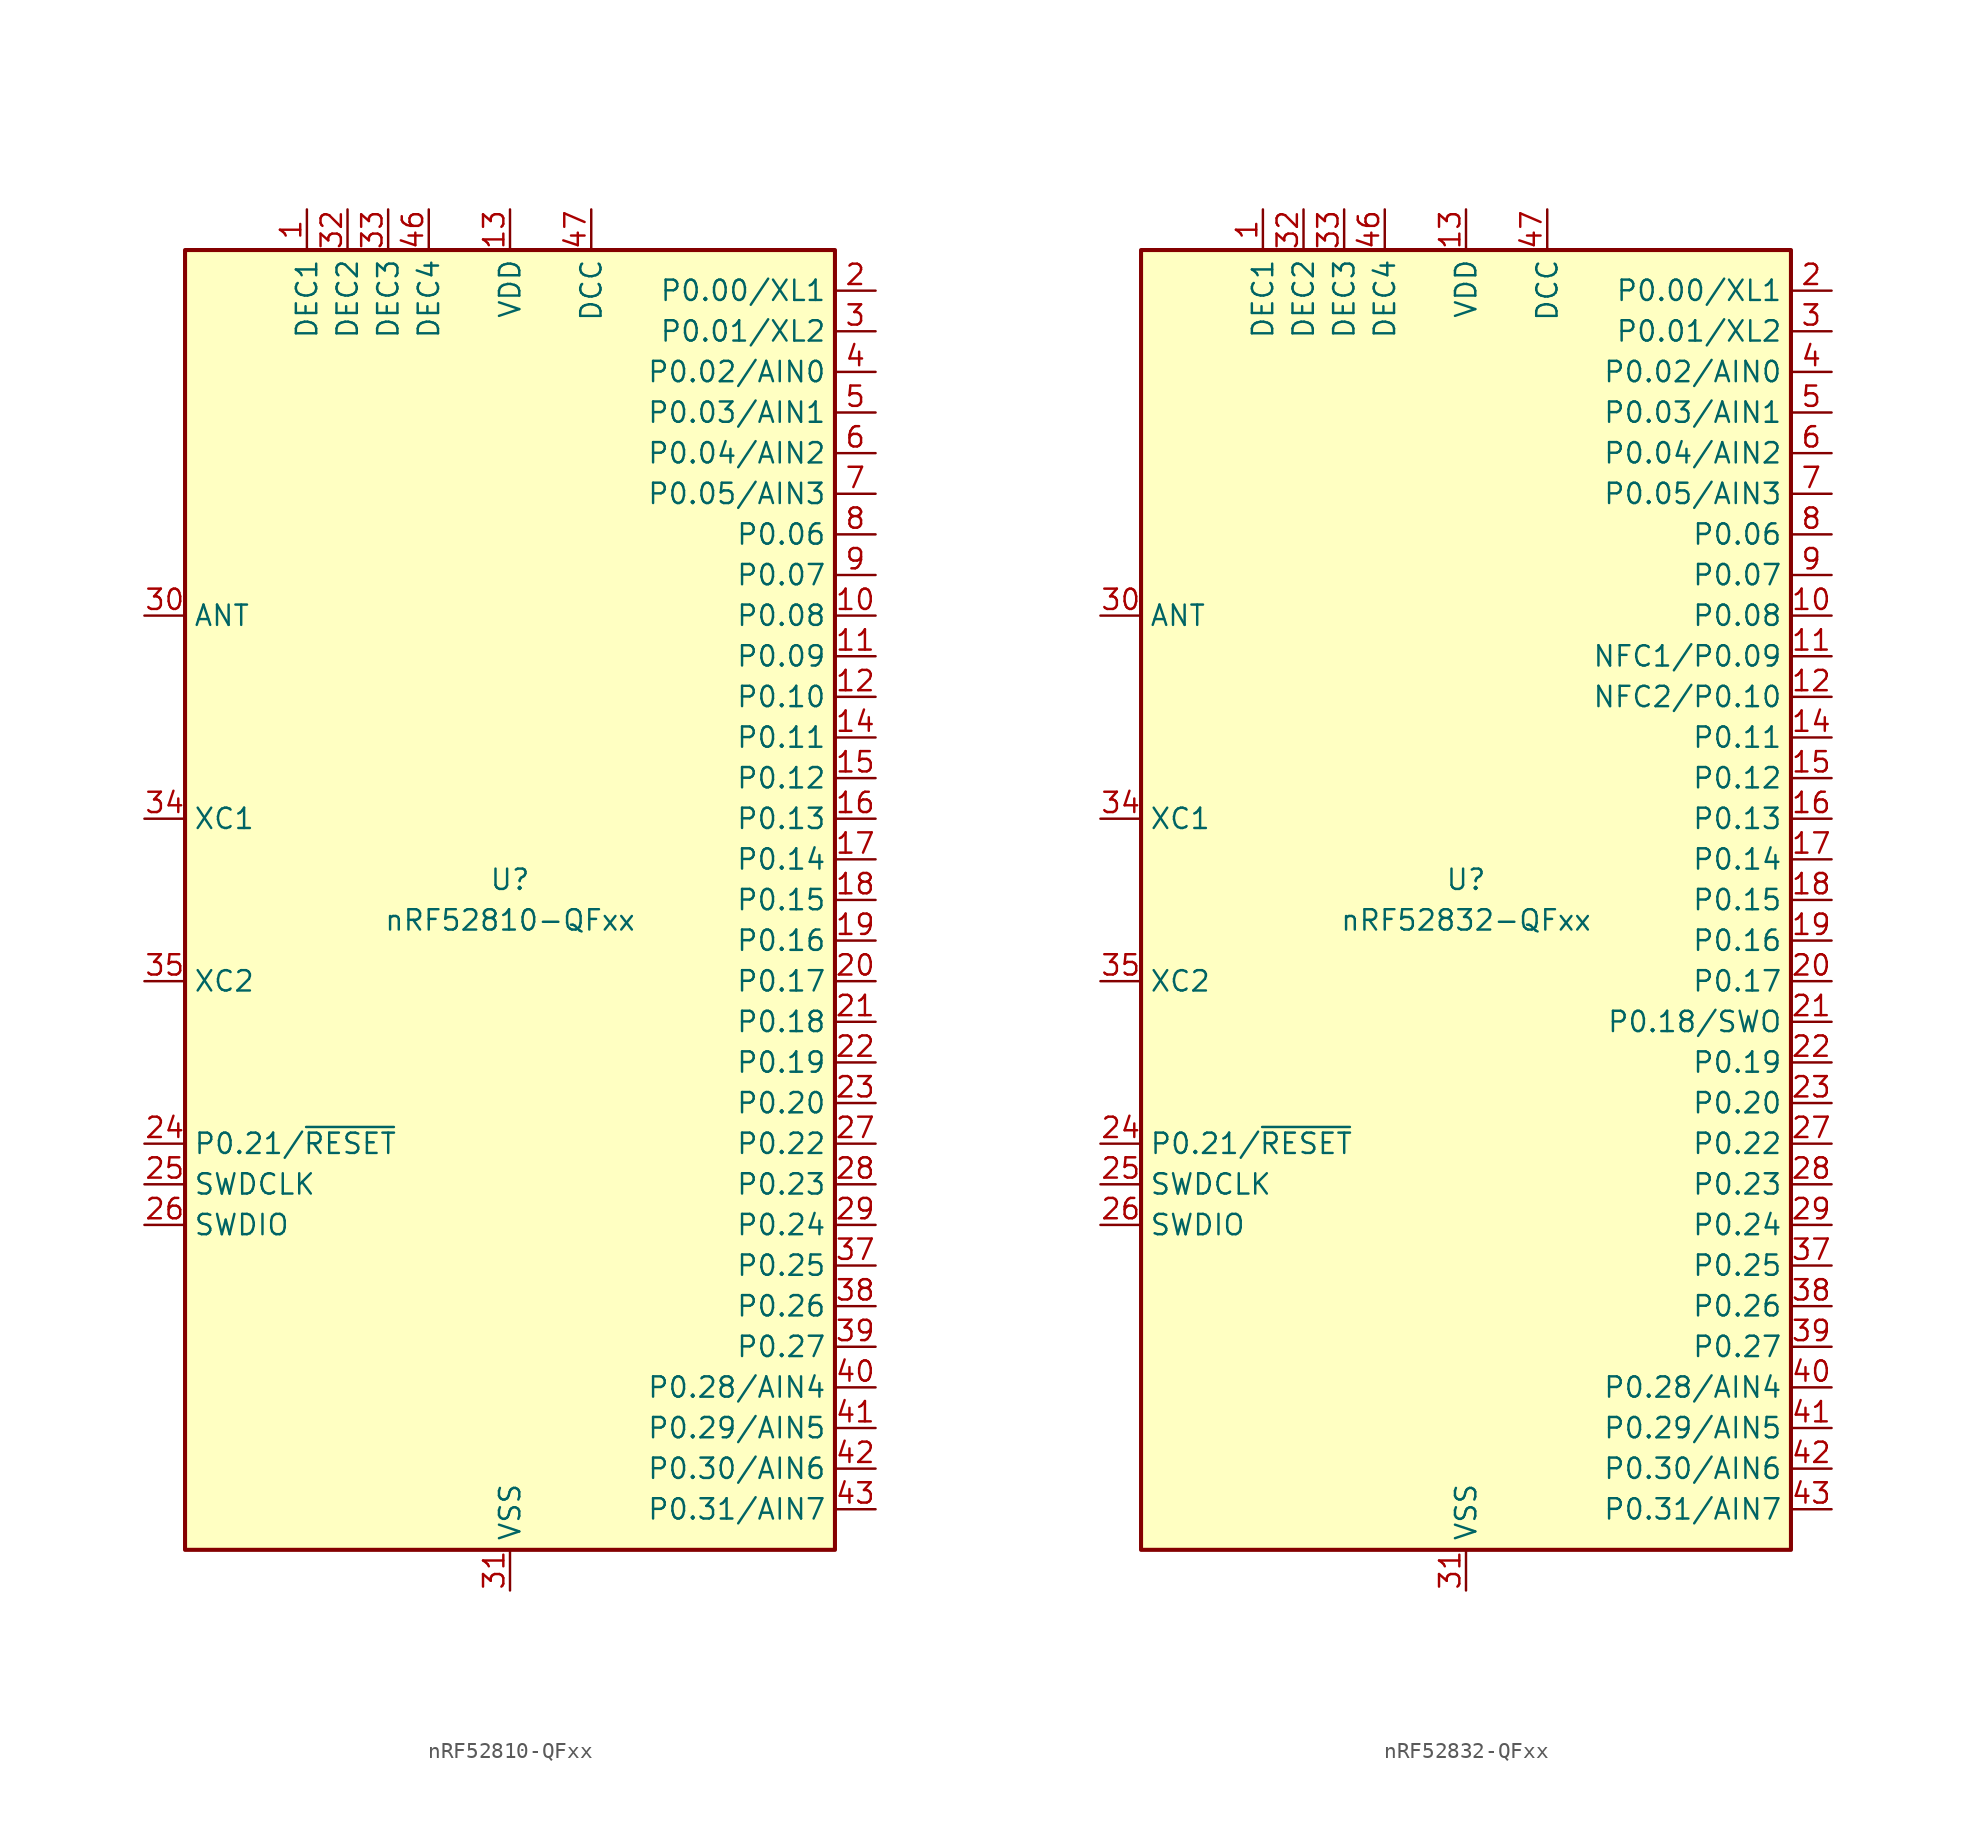
<source format=kicad_sym>
(kicad_symbol_lib
  (version 20200908)
  (generator kicad_symbol_editor)
  (symbol "MCU_Nordic:nRF52810-QFxx"
    (property "Reference" "U"
      (at 0 1.27 0)
      (effects (font (size 1.27 1.27))))
    (property "Value" "nRF52810-QFxx"
      (at 0 -1.27 0)
      (effects (font (size 1.27 1.27))))
    (symbol "nRF52810-QFxx_0_1"
      (rectangle (start -20.32 40.64) (end 20.32 -40.64) (stroke (width 0.254)) (fill (type background))))
    (symbol "nRF52810-QFxx_1_1"
      (pin passive line (at -12.7 43.18 270) (length 2.54) (name "DEC1" (effects (font (size 1.27 1.27)))) (number "1" (effects (font (size 1.27 1.27)))))
      (pin bidirectional line (at 22.86 17.78 180) (length 2.54) (name "P0.08" (effects (font (size 1.27 1.27)))) (number "10" (effects (font (size 1.27 1.27)))))
      (pin bidirectional line (at 22.86 15.24 180) (length 2.54) (name "P0.09" (effects (font (size 1.27 1.27)))) (number "11" (effects (font (size 1.27 1.27)))))
      (pin bidirectional line (at 22.86 12.7 180) (length 2.54) (name "P0.10" (effects (font (size 1.27 1.27)))) (number "12" (effects (font (size 1.27 1.27)))))
      (pin power_in line (at 0 43.18 270) (length 2.54) (name "VDD" (effects (font (size 1.27 1.27)))) (number "13" (effects (font (size 1.27 1.27)))))
      (pin bidirectional line (at 22.86 10.16 180) (length 2.54) (name "P0.11" (effects (font (size 1.27 1.27)))) (number "14" (effects (font (size 1.27 1.27)))))
      (pin bidirectional line (at 22.86 7.62 180) (length 2.54) (name "P0.12" (effects (font (size 1.27 1.27)))) (number "15" (effects (font (size 1.27 1.27)))))
      (pin bidirectional line (at 22.86 5.08 180) (length 2.54) (name "P0.13" (effects (font (size 1.27 1.27)))) (number "16" (effects (font (size 1.27 1.27)))))
      (pin bidirectional line (at 22.86 2.54 180) (length 2.54) (name "P0.14" (effects (font (size 1.27 1.27)))) (number "17" (effects (font (size 1.27 1.27)))))
      (pin bidirectional line (at 22.86 0 180) (length 2.54) (name "P0.15" (effects (font (size 1.27 1.27)))) (number "18" (effects (font (size 1.27 1.27)))))
      (pin bidirectional line (at 22.86 -2.54 180) (length 2.54) (name "P0.16" (effects (font (size 1.27 1.27)))) (number "19" (effects (font (size 1.27 1.27)))))
      (pin bidirectional line (at 22.86 38.1 180) (length 2.54) (name "P0.00/XL1" (effects (font (size 1.27 1.27)))) (number "2" (effects (font (size 1.27 1.27)))))
      (pin bidirectional line (at 22.86 -5.08 180) (length 2.54) (name "P0.17" (effects (font (size 1.27 1.27)))) (number "20" (effects (font (size 1.27 1.27)))))
      (pin bidirectional line (at 22.86 -7.62 180) (length 2.54) (name "P0.18" (effects (font (size 1.27 1.27)))) (number "21" (effects (font (size 1.27 1.27)))))
      (pin bidirectional line (at 22.86 -10.16 180) (length 2.54) (name "P0.19" (effects (font (size 1.27 1.27)))) (number "22" (effects (font (size 1.27 1.27)))))
      (pin bidirectional line (at 22.86 -12.7 180) (length 2.54) (name "P0.20" (effects (font (size 1.27 1.27)))) (number "23" (effects (font (size 1.27 1.27)))))
      (pin bidirectional line (at -22.86 -15.24 0) (length 2.54) (name "P0.21/~RESET" (effects (font (size 1.27 1.27)))) (number "24" (effects (font (size 1.27 1.27)))))
      (pin input line (at -22.86 -17.78 0) (length 2.54) (name "SWDCLK" (effects (font (size 1.27 1.27)))) (number "25" (effects (font (size 1.27 1.27)))))
      (pin bidirectional line (at -22.86 -20.32 0) (length 2.54) (name "SWDIO" (effects (font (size 1.27 1.27)))) (number "26" (effects (font (size 1.27 1.27)))))
      (pin bidirectional line (at 22.86 -15.24 180) (length 2.54) (name "P0.22" (effects (font (size 1.27 1.27)))) (number "27" (effects (font (size 1.27 1.27)))))
      (pin bidirectional line (at 22.86 -17.78 180) (length 2.54) (name "P0.23" (effects (font (size 1.27 1.27)))) (number "28" (effects (font (size 1.27 1.27)))))
      (pin bidirectional line (at 22.86 -20.32 180) (length 2.54) (name "P0.24" (effects (font (size 1.27 1.27)))) (number "29" (effects (font (size 1.27 1.27)))))
      (pin bidirectional line (at 22.86 35.56 180) (length 2.54) (name "P0.01/XL2" (effects (font (size 1.27 1.27)))) (number "3" (effects (font (size 1.27 1.27)))))
      (pin passive line (at -22.86 17.78 0) (length 2.54) (name "ANT" (effects (font (size 1.27 1.27)))) (number "30" (effects (font (size 1.27 1.27)))))
      (pin power_in line (at 0 -43.18 90) (length 2.54) (name "VSS" (effects (font (size 1.27 1.27)))) (number "31" (effects (font (size 1.27 1.27)))))
      (pin passive line (at -10.16 43.18 270) (length 2.54) (name "DEC2" (effects (font (size 1.27 1.27)))) (number "32" (effects (font (size 1.27 1.27)))))
      (pin passive line (at -7.62 43.18 270) (length 2.54) (name "DEC3" (effects (font (size 1.27 1.27)))) (number "33" (effects (font (size 1.27 1.27)))))
      (pin input line (at -22.86 5.08 0) (length 2.54) (name "XC1" (effects (font (size 1.27 1.27)))) (number "34" (effects (font (size 1.27 1.27)))))
      (pin input line (at -22.86 -5.08 0) (length 2.54) (name "XC2" (effects (font (size 1.27 1.27)))) (number "35" (effects (font (size 1.27 1.27)))))
      (pin passive line (at 0 43.18 270) (length 2.54) hide (name "VDD" (effects (font (size 1.27 1.27)))) (number "36" (effects (font (size 1.27 1.27)))))
      (pin bidirectional line (at 22.86 -22.86 180) (length 2.54) (name "P0.25" (effects (font (size 1.27 1.27)))) (number "37" (effects (font (size 1.27 1.27)))))
      (pin bidirectional line (at 22.86 -25.4 180) (length 2.54) (name "P0.26" (effects (font (size 1.27 1.27)))) (number "38" (effects (font (size 1.27 1.27)))))
      (pin bidirectional line (at 22.86 -27.94 180) (length 2.54) (name "P0.27" (effects (font (size 1.27 1.27)))) (number "39" (effects (font (size 1.27 1.27)))))
      (pin bidirectional line (at 22.86 33.02 180) (length 2.54) (name "P0.02/AIN0" (effects (font (size 1.27 1.27)))) (number "4" (effects (font (size 1.27 1.27)))))
      (pin bidirectional line (at 22.86 -30.48 180) (length 2.54) (name "P0.28/AIN4" (effects (font (size 1.27 1.27)))) (number "40" (effects (font (size 1.27 1.27)))))
      (pin bidirectional line (at 22.86 -33.02 180) (length 2.54) (name "P0.29/AIN5" (effects (font (size 1.27 1.27)))) (number "41" (effects (font (size 1.27 1.27)))))
      (pin bidirectional line (at 22.86 -35.56 180) (length 2.54) (name "P0.30/AIN6" (effects (font (size 1.27 1.27)))) (number "42" (effects (font (size 1.27 1.27)))))
      (pin bidirectional line (at 22.86 -38.1 180) (length 2.54) (name "P0.31/AIN7" (effects (font (size 1.27 1.27)))) (number "43" (effects (font (size 1.27 1.27)))))
      (pin unconnected line (at -20.32 -30.48 0) (length 2.54) hide (name "NC" (effects (font (size 1.27 1.27)))) (number "44" (effects (font (size 1.27 1.27)))))
      (pin passive line (at 0 -43.18 90) (length 2.54) hide (name "VSS" (effects (font (size 1.27 1.27)))) (number "45" (effects (font (size 1.27 1.27)))))
      (pin passive line (at -5.08 43.18 270) (length 2.54) (name "DEC4" (effects (font (size 1.27 1.27)))) (number "46" (effects (font (size 1.27 1.27)))))
      (pin power_out line (at 5.08 43.18 270) (length 2.54) (name "DCC" (effects (font (size 1.27 1.27)))) (number "47" (effects (font (size 1.27 1.27)))))
      (pin passive line (at 0 43.18 270) (length 2.54) hide (name "VDD" (effects (font (size 1.27 1.27)))) (number "48" (effects (font (size 1.27 1.27)))))
      (pin passive line (at 0 -43.18 90) (length 2.54) hide (name "VSS" (effects (font (size 1.27 1.27)))) (number "49" (effects (font (size 1.27 1.27)))))
      (pin bidirectional line (at 22.86 30.48 180) (length 2.54) (name "P0.03/AIN1" (effects (font (size 1.27 1.27)))) (number "5" (effects (font (size 1.27 1.27)))))
      (pin bidirectional line (at 22.86 27.94 180) (length 2.54) (name "P0.04/AIN2" (effects (font (size 1.27 1.27)))) (number "6" (effects (font (size 1.27 1.27)))))
      (pin bidirectional line (at 22.86 25.4 180) (length 2.54) (name "P0.05/AIN3" (effects (font (size 1.27 1.27)))) (number "7" (effects (font (size 1.27 1.27)))))
      (pin bidirectional line (at 22.86 22.86 180) (length 2.54) (name "P0.06" (effects (font (size 1.27 1.27)))) (number "8" (effects (font (size 1.27 1.27)))))
      (pin bidirectional line (at 22.86 20.32 180) (length 2.54) (name "P0.07" (effects (font (size 1.27 1.27)))) (number "9" (effects (font (size 1.27 1.27)))))))
  (symbol "MCU_Nordic:nRF52832-QFxx"
    (property "Reference" "U"
      (at 0 1.27 0)
      (effects (font (size 1.27 1.27))))
    (property "Value" "nRF52832-QFxx"
      (at 0 -1.27 0)
      (effects (font (size 1.27 1.27))))
    (symbol "nRF52832-QFxx_0_1"
      (rectangle (start -20.32 40.64) (end 20.32 -40.64) (stroke (width 0.254)) (fill (type background))))
    (symbol "nRF52832-QFxx_1_1"
      (pin passive line (at -12.7 43.18 270) (length 2.54) (name "DEC1" (effects (font (size 1.27 1.27)))) (number "1" (effects (font (size 1.27 1.27)))))
      (pin bidirectional line (at 22.86 17.78 180) (length 2.54) (name "P0.08" (effects (font (size 1.27 1.27)))) (number "10" (effects (font (size 1.27 1.27)))))
      (pin bidirectional line (at 22.86 15.24 180) (length 2.54) (name "NFC1/P0.09" (effects (font (size 1.27 1.27)))) (number "11" (effects (font (size 1.27 1.27)))))
      (pin bidirectional line (at 22.86 12.7 180) (length 2.54) (name "NFC2/P0.10" (effects (font (size 1.27 1.27)))) (number "12" (effects (font (size 1.27 1.27)))))
      (pin power_in line (at 0 43.18 270) (length 2.54) (name "VDD" (effects (font (size 1.27 1.27)))) (number "13" (effects (font (size 1.27 1.27)))))
      (pin bidirectional line (at 22.86 10.16 180) (length 2.54) (name "P0.11" (effects (font (size 1.27 1.27)))) (number "14" (effects (font (size 1.27 1.27)))))
      (pin bidirectional line (at 22.86 7.62 180) (length 2.54) (name "P0.12" (effects (font (size 1.27 1.27)))) (number "15" (effects (font (size 1.27 1.27)))))
      (pin bidirectional line (at 22.86 5.08 180) (length 2.54) (name "P0.13" (effects (font (size 1.27 1.27)))) (number "16" (effects (font (size 1.27 1.27)))))
      (pin bidirectional line (at 22.86 2.54 180) (length 2.54) (name "P0.14" (effects (font (size 1.27 1.27)))) (number "17" (effects (font (size 1.27 1.27)))))
      (pin bidirectional line (at 22.86 0 180) (length 2.54) (name "P0.15" (effects (font (size 1.27 1.27)))) (number "18" (effects (font (size 1.27 1.27)))))
      (pin bidirectional line (at 22.86 -2.54 180) (length 2.54) (name "P0.16" (effects (font (size 1.27 1.27)))) (number "19" (effects (font (size 1.27 1.27)))))
      (pin bidirectional line (at 22.86 38.1 180) (length 2.54) (name "P0.00/XL1" (effects (font (size 1.27 1.27)))) (number "2" (effects (font (size 1.27 1.27)))))
      (pin bidirectional line (at 22.86 -5.08 180) (length 2.54) (name "P0.17" (effects (font (size 1.27 1.27)))) (number "20" (effects (font (size 1.27 1.27)))))
      (pin bidirectional line (at 22.86 -7.62 180) (length 2.54) (name "P0.18/SWO" (effects (font (size 1.27 1.27)))) (number "21" (effects (font (size 1.27 1.27)))))
      (pin bidirectional line (at 22.86 -10.16 180) (length 2.54) (name "P0.19" (effects (font (size 1.27 1.27)))) (number "22" (effects (font (size 1.27 1.27)))))
      (pin bidirectional line (at 22.86 -12.7 180) (length 2.54) (name "P0.20" (effects (font (size 1.27 1.27)))) (number "23" (effects (font (size 1.27 1.27)))))
      (pin bidirectional line (at -22.86 -15.24 0) (length 2.54) (name "P0.21/~RESET" (effects (font (size 1.27 1.27)))) (number "24" (effects (font (size 1.27 1.27)))))
      (pin input line (at -22.86 -17.78 0) (length 2.54) (name "SWDCLK" (effects (font (size 1.27 1.27)))) (number "25" (effects (font (size 1.27 1.27)))))
      (pin bidirectional line (at -22.86 -20.32 0) (length 2.54) (name "SWDIO" (effects (font (size 1.27 1.27)))) (number "26" (effects (font (size 1.27 1.27)))))
      (pin bidirectional line (at 22.86 -15.24 180) (length 2.54) (name "P0.22" (effects (font (size 1.27 1.27)))) (number "27" (effects (font (size 1.27 1.27)))))
      (pin bidirectional line (at 22.86 -17.78 180) (length 2.54) (name "P0.23" (effects (font (size 1.27 1.27)))) (number "28" (effects (font (size 1.27 1.27)))))
      (pin bidirectional line (at 22.86 -20.32 180) (length 2.54) (name "P0.24" (effects (font (size 1.27 1.27)))) (number "29" (effects (font (size 1.27 1.27)))))
      (pin bidirectional line (at 22.86 35.56 180) (length 2.54) (name "P0.01/XL2" (effects (font (size 1.27 1.27)))) (number "3" (effects (font (size 1.27 1.27)))))
      (pin passive line (at -22.86 17.78 0) (length 2.54) (name "ANT" (effects (font (size 1.27 1.27)))) (number "30" (effects (font (size 1.27 1.27)))))
      (pin power_in line (at 0 -43.18 90) (length 2.54) (name "VSS" (effects (font (size 1.27 1.27)))) (number "31" (effects (font (size 1.27 1.27)))))
      (pin passive line (at -10.16 43.18 270) (length 2.54) (name "DEC2" (effects (font (size 1.27 1.27)))) (number "32" (effects (font (size 1.27 1.27)))))
      (pin passive line (at -7.62 43.18 270) (length 2.54) (name "DEC3" (effects (font (size 1.27 1.27)))) (number "33" (effects (font (size 1.27 1.27)))))
      (pin input line (at -22.86 5.08 0) (length 2.54) (name "XC1" (effects (font (size 1.27 1.27)))) (number "34" (effects (font (size 1.27 1.27)))))
      (pin input line (at -22.86 -5.08 0) (length 2.54) (name "XC2" (effects (font (size 1.27 1.27)))) (number "35" (effects (font (size 1.27 1.27)))))
      (pin passive line (at 0 43.18 270) (length 2.54) hide (name "VDD" (effects (font (size 1.27 1.27)))) (number "36" (effects (font (size 1.27 1.27)))))
      (pin bidirectional line (at 22.86 -22.86 180) (length 2.54) (name "P0.25" (effects (font (size 1.27 1.27)))) (number "37" (effects (font (size 1.27 1.27)))))
      (pin bidirectional line (at 22.86 -25.4 180) (length 2.54) (name "P0.26" (effects (font (size 1.27 1.27)))) (number "38" (effects (font (size 1.27 1.27)))))
      (pin bidirectional line (at 22.86 -27.94 180) (length 2.54) (name "P0.27" (effects (font (size 1.27 1.27)))) (number "39" (effects (font (size 1.27 1.27)))))
      (pin bidirectional line (at 22.86 33.02 180) (length 2.54) (name "P0.02/AIN0" (effects (font (size 1.27 1.27)))) (number "4" (effects (font (size 1.27 1.27)))))
      (pin bidirectional line (at 22.86 -30.48 180) (length 2.54) (name "P0.28/AIN4" (effects (font (size 1.27 1.27)))) (number "40" (effects (font (size 1.27 1.27)))))
      (pin bidirectional line (at 22.86 -33.02 180) (length 2.54) (name "P0.29/AIN5" (effects (font (size 1.27 1.27)))) (number "41" (effects (font (size 1.27 1.27)))))
      (pin bidirectional line (at 22.86 -35.56 180) (length 2.54) (name "P0.30/AIN6" (effects (font (size 1.27 1.27)))) (number "42" (effects (font (size 1.27 1.27)))))
      (pin bidirectional line (at 22.86 -38.1 180) (length 2.54) (name "P0.31/AIN7" (effects (font (size 1.27 1.27)))) (number "43" (effects (font (size 1.27 1.27)))))
      (pin unconnected line (at -20.32 -30.48 0) (length 2.54) hide (name "NC" (effects (font (size 1.27 1.27)))) (number "44" (effects (font (size 1.27 1.27)))))
      (pin passive line (at 0 -43.18 90) (length 2.54) hide (name "VSS" (effects (font (size 1.27 1.27)))) (number "45" (effects (font (size 1.27 1.27)))))
      (pin passive line (at -5.08 43.18 270) (length 2.54) (name "DEC4" (effects (font (size 1.27 1.27)))) (number "46" (effects (font (size 1.27 1.27)))))
      (pin power_out line (at 5.08 43.18 270) (length 2.54) (name "DCC" (effects (font (size 1.27 1.27)))) (number "47" (effects (font (size 1.27 1.27)))))
      (pin passive line (at 0 43.18 270) (length 2.54) hide (name "VDD" (effects (font (size 1.27 1.27)))) (number "48" (effects (font (size 1.27 1.27)))))
      (pin passive line (at 0 -43.18 90) (length 2.54) hide (name "VSS" (effects (font (size 1.27 1.27)))) (number "49" (effects (font (size 1.27 1.27)))))
      (pin bidirectional line (at 22.86 30.48 180) (length 2.54) (name "P0.03/AIN1" (effects (font (size 1.27 1.27)))) (number "5" (effects (font (size 1.27 1.27)))))
      (pin bidirectional line (at 22.86 27.94 180) (length 2.54) (name "P0.04/AIN2" (effects (font (size 1.27 1.27)))) (number "6" (effects (font (size 1.27 1.27)))))
      (pin bidirectional line (at 22.86 25.4 180) (length 2.54) (name "P0.05/AIN3" (effects (font (size 1.27 1.27)))) (number "7" (effects (font (size 1.27 1.27)))))
      (pin bidirectional line (at 22.86 22.86 180) (length 2.54) (name "P0.06" (effects (font (size 1.27 1.27)))) (number "8" (effects (font (size 1.27 1.27)))))
      (pin bidirectional line (at 22.86 20.32 180) (length 2.54) (name "P0.07" (effects (font (size 1.27 1.27)))) (number "9" (effects (font (size 1.27 1.27))))))))
</source>
